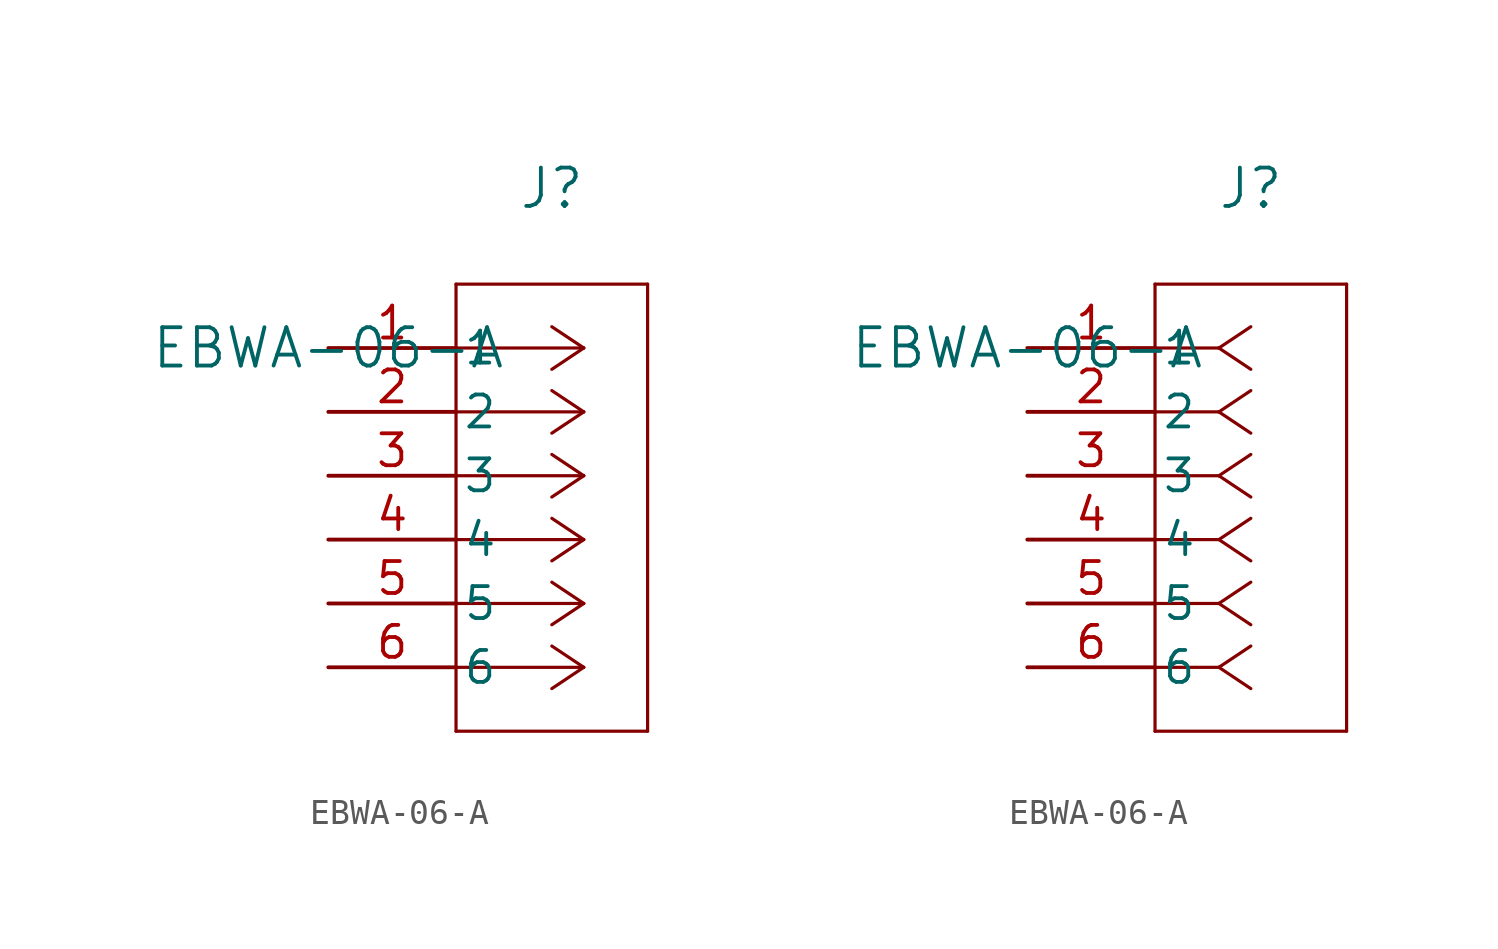
<source format=kicad_sym>
(kicad_symbol_lib
  (version 20211014)
  (generator kicad_symbol_editor)
  (symbol "EBWA-06-A"
    (pin_names
      (offset 0.254))
    (property "Reference" "J"
      (at 8.89 6.35 0)
      (effects (font (size 1.524 1.524))))
    (property "Value" "EBWA-06-A"
      (at 0 0 0)
      (effects (font (size 1.524 1.524))))
    (symbol "EBWA-06-A_1_1"
      (polyline (pts (xy 10.16 0) (xy 5.08 0)) (stroke (width 0.127) (type default) (color 0 0 0 0)) (fill (type none)))
      (polyline (pts (xy 10.16 -2.54) (xy 5.08 -2.54)) (stroke (width 0.127) (type default) (color 0 0 0 0)) (fill (type none)))
      (polyline (pts (xy 10.16 -5.08) (xy 5.08 -5.08)) (stroke (width 0.127) (type default) (color 0 0 0 0)) (fill (type none)))
      (polyline (pts (xy 10.16 -7.62) (xy 5.08 -7.62)) (stroke (width 0.127) (type default) (color 0 0 0 0)) (fill (type none)))
      (polyline (pts (xy 10.16 -10.16) (xy 5.08 -10.16)) (stroke (width 0.127) (type default) (color 0 0 0 0)) (fill (type none)))
      (polyline (pts (xy 10.16 -12.7) (xy 5.08 -12.7)) (stroke (width 0.127) (type default) (color 0 0 0 0)) (fill (type none)))
      (polyline (pts (xy 10.16 0) (xy 8.89 0.847)) (stroke (width 0.127) (type default) (color 0 0 0 0)) (fill (type none)))
      (polyline (pts (xy 10.16 -2.54) (xy 8.89 -1.693)) (stroke (width 0.127) (type default) (color 0 0 0 0)) (fill (type none)))
      (polyline (pts (xy 10.16 -5.08) (xy 8.89 -4.233)) (stroke (width 0.127) (type default) (color 0 0 0 0)) (fill (type none)))
      (polyline (pts (xy 10.16 -7.62) (xy 8.89 -6.773)) (stroke (width 0.127) (type default) (color 0 0 0 0)) (fill (type none)))
      (polyline (pts (xy 10.16 -10.16) (xy 8.89 -9.313)) (stroke (width 0.127) (type default) (color 0 0 0 0)) (fill (type none)))
      (polyline (pts (xy 10.16 -12.7) (xy 8.89 -11.853)) (stroke (width 0.127) (type default) (color 0 0 0 0)) (fill (type none)))
      (polyline (pts (xy 10.16 0) (xy 8.89 -0.847)) (stroke (width 0.127) (type default) (color 0 0 0 0)) (fill (type none)))
      (polyline (pts (xy 10.16 -2.54) (xy 8.89 -3.387)) (stroke (width 0.127) (type default) (color 0 0 0 0)) (fill (type none)))
      (polyline (pts (xy 10.16 -5.08) (xy 8.89 -5.927)) (stroke (width 0.127) (type default) (color 0 0 0 0)) (fill (type none)))
      (polyline (pts (xy 10.16 -7.62) (xy 8.89 -8.467)) (stroke (width 0.127) (type default) (color 0 0 0 0)) (fill (type none)))
      (polyline (pts (xy 10.16 -10.16) (xy 8.89 -11.007)) (stroke (width 0.127) (type default) (color 0 0 0 0)) (fill (type none)))
      (polyline (pts (xy 10.16 -12.7) (xy 8.89 -13.547)) (stroke (width 0.127) (type default) (color 0 0 0 0)) (fill (type none)))
      (polyline (pts (xy 5.08 2.54) (xy 5.08 -15.24)) (stroke (width 0.127) (type default) (color 0 0 0 0)) (fill (type none)))
      (polyline (pts (xy 5.08 -15.24) (xy 12.7 -15.24)) (stroke (width 0.127) (type default) (color 0 0 0 0)) (fill (type none)))
      (polyline (pts (xy 12.7 -15.24) (xy 12.7 2.54)) (stroke (width 0.127) (type default) (color 0 0 0 0)) (fill (type none)))
      (polyline (pts (xy 12.7 2.54) (xy 5.08 2.54)) (stroke (width 0.127) (type default) (color 0 0 0 0)) (fill (type none)))
      (pin unspecified line (at 0 0 0) (length 5.08) (name "1" (effects (font (size 1.27 1.27)))) (number "1" (effects (font (size 1.27 1.27)))))
      (pin unspecified line (at 0 -2.54 0) (length 5.08) (name "2" (effects (font (size 1.27 1.27)))) (number "2" (effects (font (size 1.27 1.27)))))
      (pin unspecified line (at 0 -5.08 0) (length 5.08) (name "3" (effects (font (size 1.27 1.27)))) (number "3" (effects (font (size 1.27 1.27)))))
      (pin unspecified line (at 0 -7.62 0) (length 5.08) (name "4" (effects (font (size 1.27 1.27)))) (number "4" (effects (font (size 1.27 1.27)))))
      (pin unspecified line (at 0 -10.16 0) (length 5.08) (name "5" (effects (font (size 1.27 1.27)))) (number "5" (effects (font (size 1.27 1.27)))))
      (pin unspecified line (at 0 -12.7 0) (length 5.08) (name "6" (effects (font (size 1.27 1.27)))) (number "6" (effects (font (size 1.27 1.27))))))
    (symbol "EBWA-06-A_1_2"
      (polyline (pts (xy 7.62 0) (xy 5.08 0)) (stroke (width 0.127) (type default) (color 0 0 0 0)) (fill (type none)))
      (polyline (pts (xy 7.62 -2.54) (xy 5.08 -2.54)) (stroke (width 0.127) (type default) (color 0 0 0 0)) (fill (type none)))
      (polyline (pts (xy 7.62 -5.08) (xy 5.08 -5.08)) (stroke (width 0.127) (type default) (color 0 0 0 0)) (fill (type none)))
      (polyline (pts (xy 7.62 -7.62) (xy 5.08 -7.62)) (stroke (width 0.127) (type default) (color 0 0 0 0)) (fill (type none)))
      (polyline (pts (xy 7.62 -10.16) (xy 5.08 -10.16)) (stroke (width 0.127) (type default) (color 0 0 0 0)) (fill (type none)))
      (polyline (pts (xy 7.62 -12.7) (xy 5.08 -12.7)) (stroke (width 0.127) (type default) (color 0 0 0 0)) (fill (type none)))
      (polyline (pts (xy 7.62 0) (xy 8.89 0.847)) (stroke (width 0.127) (type default) (color 0 0 0 0)) (fill (type none)))
      (polyline (pts (xy 7.62 -2.54) (xy 8.89 -1.693)) (stroke (width 0.127) (type default) (color 0 0 0 0)) (fill (type none)))
      (polyline (pts (xy 7.62 -5.08) (xy 8.89 -4.233)) (stroke (width 0.127) (type default) (color 0 0 0 0)) (fill (type none)))
      (polyline (pts (xy 7.62 -7.62) (xy 8.89 -6.773)) (stroke (width 0.127) (type default) (color 0 0 0 0)) (fill (type none)))
      (polyline (pts (xy 7.62 -10.16) (xy 8.89 -9.313)) (stroke (width 0.127) (type default) (color 0 0 0 0)) (fill (type none)))
      (polyline (pts (xy 7.62 -12.7) (xy 8.89 -11.853)) (stroke (width 0.127) (type default) (color 0 0 0 0)) (fill (type none)))
      (polyline (pts (xy 7.62 0) (xy 8.89 -0.847)) (stroke (width 0.127) (type default) (color 0 0 0 0)) (fill (type none)))
      (polyline (pts (xy 7.62 -2.54) (xy 8.89 -3.387)) (stroke (width 0.127) (type default) (color 0 0 0 0)) (fill (type none)))
      (polyline (pts (xy 7.62 -5.08) (xy 8.89 -5.927)) (stroke (width 0.127) (type default) (color 0 0 0 0)) (fill (type none)))
      (polyline (pts (xy 7.62 -7.62) (xy 8.89 -8.467)) (stroke (width 0.127) (type default) (color 0 0 0 0)) (fill (type none)))
      (polyline (pts (xy 7.62 -10.16) (xy 8.89 -11.007)) (stroke (width 0.127) (type default) (color 0 0 0 0)) (fill (type none)))
      (polyline (pts (xy 7.62 -12.7) (xy 8.89 -13.547)) (stroke (width 0.127) (type default) (color 0 0 0 0)) (fill (type none)))
      (polyline (pts (xy 5.08 2.54) (xy 5.08 -15.24)) (stroke (width 0.127) (type default) (color 0 0 0 0)) (fill (type none)))
      (polyline (pts (xy 5.08 -15.24) (xy 12.7 -15.24)) (stroke (width 0.127) (type default) (color 0 0 0 0)) (fill (type none)))
      (polyline (pts (xy 12.7 -15.24) (xy 12.7 2.54)) (stroke (width 0.127) (type default) (color 0 0 0 0)) (fill (type none)))
      (polyline (pts (xy 12.7 2.54) (xy 5.08 2.54)) (stroke (width 0.127) (type default) (color 0 0 0 0)) (fill (type none)))
      (pin unspecified line (at 0 0 0) (length 5.08) (name "1" (effects (font (size 1.27 1.27)))) (number "1" (effects (font (size 1.27 1.27)))))
      (pin unspecified line (at 0 -2.54 0) (length 5.08) (name "2" (effects (font (size 1.27 1.27)))) (number "2" (effects (font (size 1.27 1.27)))))
      (pin unspecified line (at 0 -5.08 0) (length 5.08) (name "3" (effects (font (size 1.27 1.27)))) (number "3" (effects (font (size 1.27 1.27)))))
      (pin unspecified line (at 0 -7.62 0) (length 5.08) (name "4" (effects (font (size 1.27 1.27)))) (number "4" (effects (font (size 1.27 1.27)))))
      (pin unspecified line (at 0 -10.16 0) (length 5.08) (name "5" (effects (font (size 1.27 1.27)))) (number "5" (effects (font (size 1.27 1.27)))))
      (pin unspecified line (at 0 -12.7 0) (length 5.08) (name "6" (effects (font (size 1.27 1.27)))) (number "6" (effects (font (size 1.27 1.27))))))))
</source>
